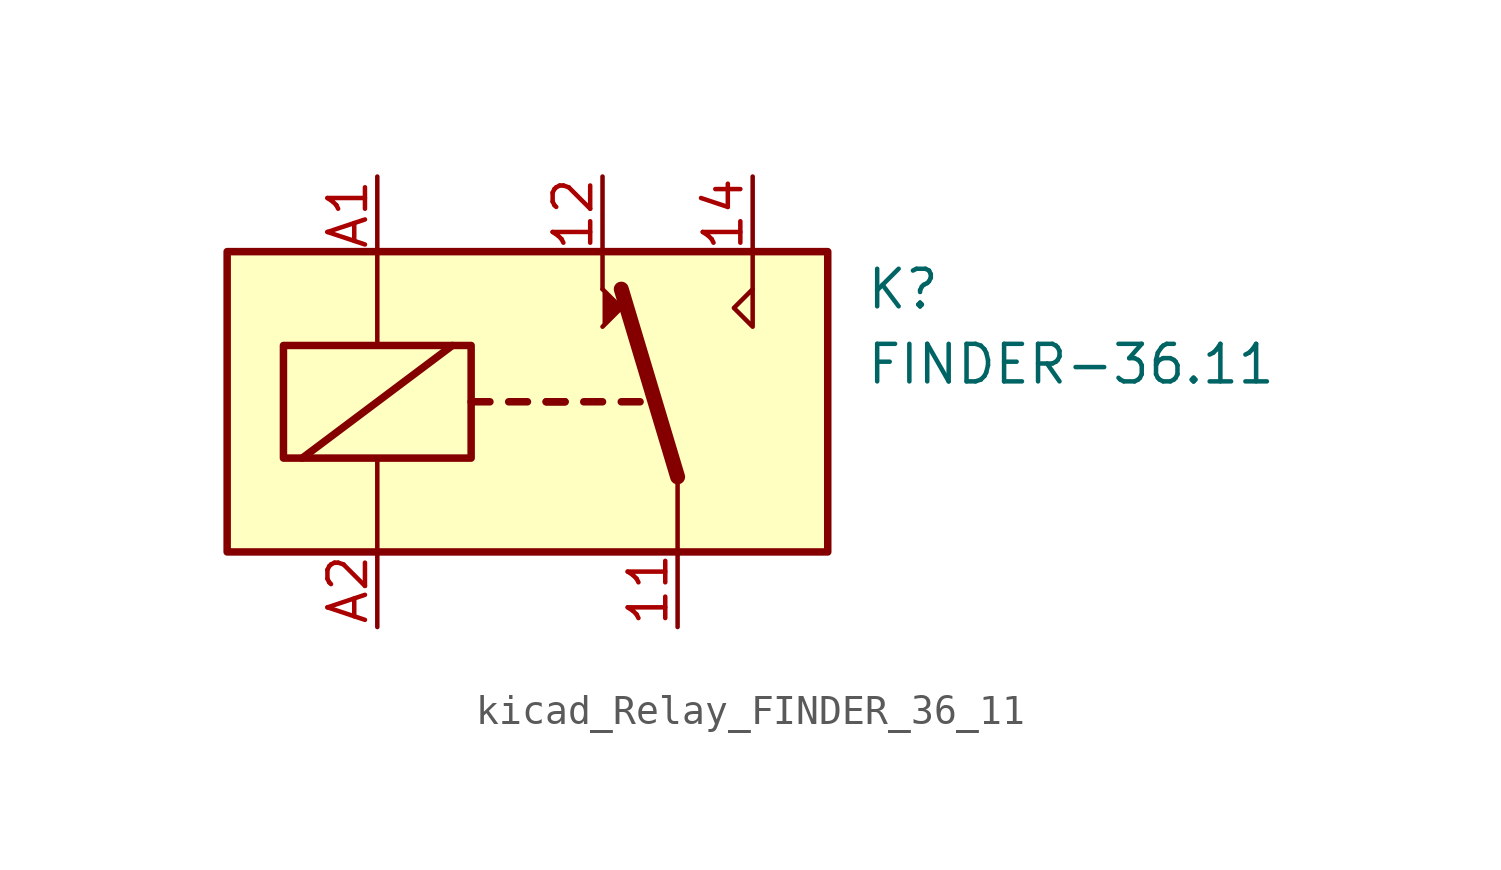
<source format=kicad_sym>
(kicad_symbol_lib
  (version 20220914)
  (generator kicad_symbol_editor)
  (symbol "kicad_Relay_FINDER_36_11"
    (property "Reference" "K"
      (at 11.43 3.81 0)
      (effects (font (size 1.27 1.27)) (justify left)))
    (property "Value" "FINDER-36.11"
      (at 11.43 1.27 0)
      (effects (font (size 1.27 1.27)) (justify left)))
    (symbol "kicad_Relay_FINDER_36_11_0_0"
      (polyline (pts (xy 2.54 3.81) (xy 2.54 5.08)) (stroke (width 0) (type default)) (fill (type none)))
      (polyline (pts (xy 7.62 3.81) (xy 7.62 5.08)) (stroke (width 0) (type default)) (fill (type none)))
      (polyline (pts (xy 7.62 3.81) (xy 7.62 2.54) (xy 6.985 3.175) (xy 7.62 3.81)) (stroke (width 0) (type default)) (fill (type none))))
    (symbol "kicad_Relay_FINDER_36_11_0_1"
      (rectangle (start -10.16 5.08) (end 10.16 -5.08) (stroke (width 0.254) (type default)) (fill (type background)))
      (rectangle (start -8.255 1.905) (end -1.905 -1.905) (stroke (width 0.254) (type default)) (fill (type none)))
      (polyline (pts (xy -7.62 -1.905) (xy -2.54 1.905)) (stroke (width 0.254) (type default)) (fill (type none)))
      (polyline (pts (xy -5.08 -5.08) (xy -5.08 -1.905)) (stroke (width 0) (type default)) (fill (type none)))
      (polyline (pts (xy -5.08 5.08) (xy -5.08 1.905)) (stroke (width 0) (type default)) (fill (type none)))
      (polyline (pts (xy -1.905 0) (xy -1.27 0)) (stroke (width 0.254) (type default)) (fill (type none)))
      (polyline (pts (xy -0.635 0) (xy 0 0)) (stroke (width 0.254) (type default)) (fill (type none)))
      (polyline (pts (xy 0.635 0) (xy 1.27 0)) (stroke (width 0.254) (type default)) (fill (type none)))
      (polyline (pts (xy 0.635 0) (xy 1.27 0)) (stroke (width 0.254) (type default)) (fill (type none)))
      (polyline (pts (xy 1.905 0) (xy 2.54 0)) (stroke (width 0.254) (type default)) (fill (type none)))
      (polyline (pts (xy 3.175 0) (xy 3.81 0)) (stroke (width 0.254) (type default)) (fill (type none)))
      (polyline (pts (xy 5.08 -2.54) (xy 3.175 3.81)) (stroke (width 0.508) (type default)) (fill (type none)))
      (polyline (pts (xy 5.08 -2.54) (xy 5.08 -5.08)) (stroke (width 0) (type default)) (fill (type none)))
      (polyline (pts (xy 2.54 2.54) (xy 3.175 3.175) (xy 2.54 3.81)) (stroke (width 0) (type default)) (fill (type outline))))
    (symbol "kicad_Relay_FINDER_36_11_1_1"
      (pin passive line (at 5.08 -7.62 90) (length 2.54) (name "~" (effects (font (size 1.27 1.27)))) (number "11" (effects (font (size 1.27 1.27)))))
      (pin passive line (at 2.54 7.62 270) (length 2.54) (name "~" (effects (font (size 1.27 1.27)))) (number "12" (effects (font (size 1.27 1.27)))))
      (pin passive line (at 7.62 7.62 270) (length 2.54) (name "~" (effects (font (size 1.27 1.27)))) (number "14" (effects (font (size 1.27 1.27)))))
      (pin passive line (at -5.08 7.62 270) (length 2.54) (name "~" (effects (font (size 1.27 1.27)))) (number "A1" (effects (font (size 1.27 1.27)))))
      (pin passive line (at -5.08 -7.62 90) (length 2.54) (name "~" (effects (font (size 1.27 1.27)))) (number "A2" (effects (font (size 1.27 1.27))))))))
</source>
